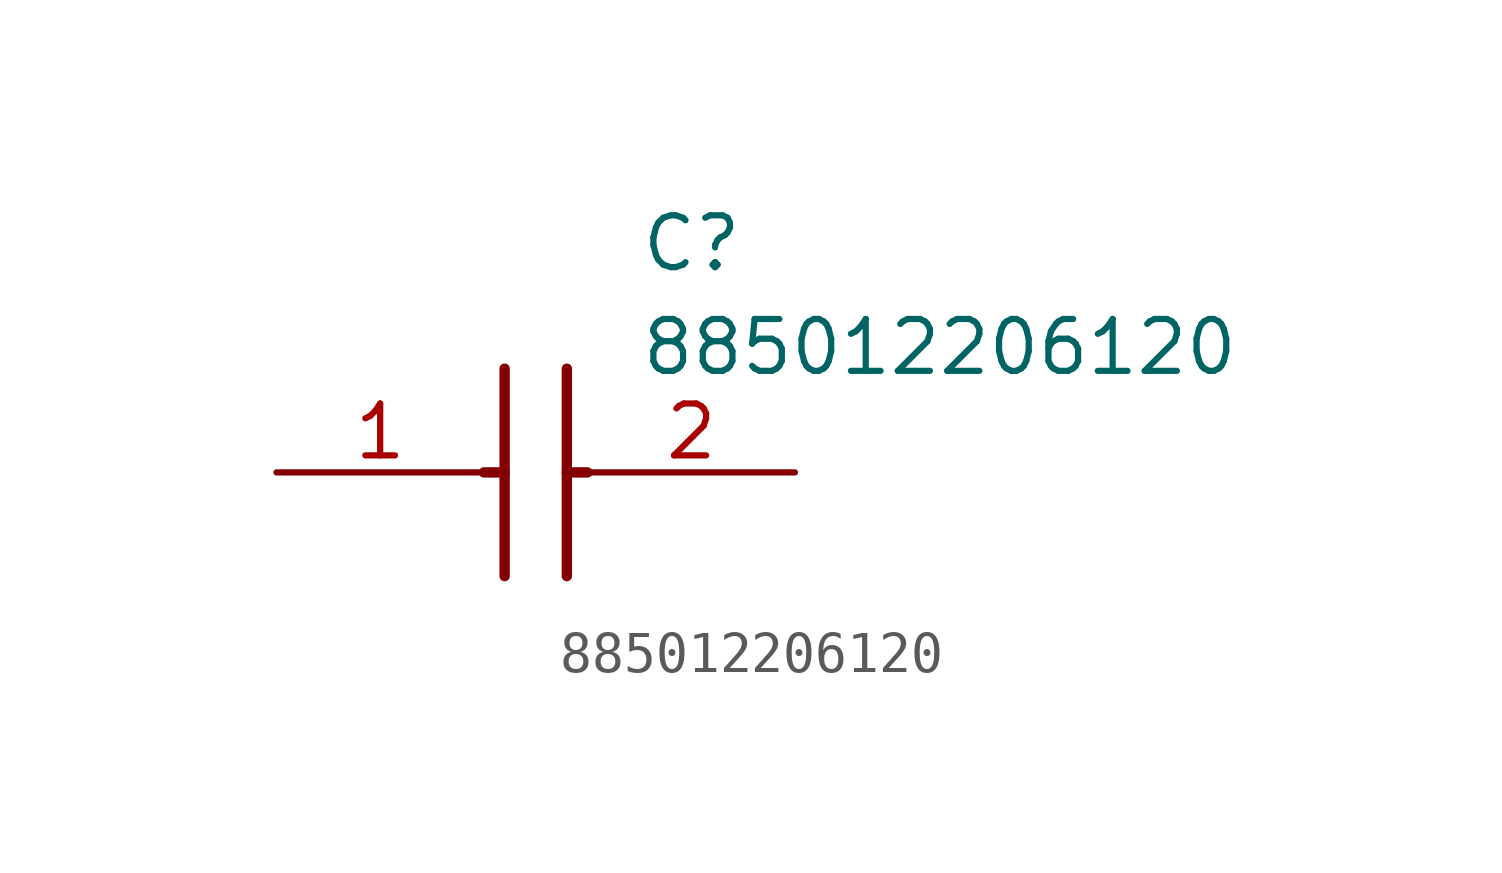
<source format=kicad_sym>
(kicad_symbol_lib
  (version 20211014)
  (generator SamacSys_ECAD_Model)
  (symbol "885012206120"
    (pin_names hide)
    (property "Reference" "C"
      (at 8.89 6.35 0)
      (effects (font (size 1.27 1.27)) (justify left top)))
    (property "Value" "885012206120"
      (at 8.89 3.81 0)
      (effects (font (size 1.27 1.27)) (justify left top)))
    (polyline
      (pts (xy 5.588 2.54) (xy 5.588 -2.54))
      (stroke (width 0.254) (type default))
      (fill (type none)))
    (polyline
      (pts (xy 7.112 2.54) (xy 7.112 -2.54))
      (stroke (width 0.254) (type default))
      (fill (type none)))
    (polyline
      (pts (xy 5.08 0) (xy 5.588 0))
      (stroke (width 0.254) (type default))
      (fill (type none)))
    (polyline
      (pts (xy 7.112 0) (xy 7.62 0))
      (stroke (width 0.254) (type default))
      (fill (type none)))
    (pin passive line
      (at 0 0 0)
      (length 5.08)
      (name "1" (effects (font (size 1.27 1.27))))
      (number "1" (effects (font (size 1.27 1.27)))))
    (pin passive line
      (at 12.7 0 180)
      (length 5.08)
      (name "2" (effects (font (size 1.27 1.27))))
      (number "2" (effects (font (size 1.27 1.27)))))))
</source>
